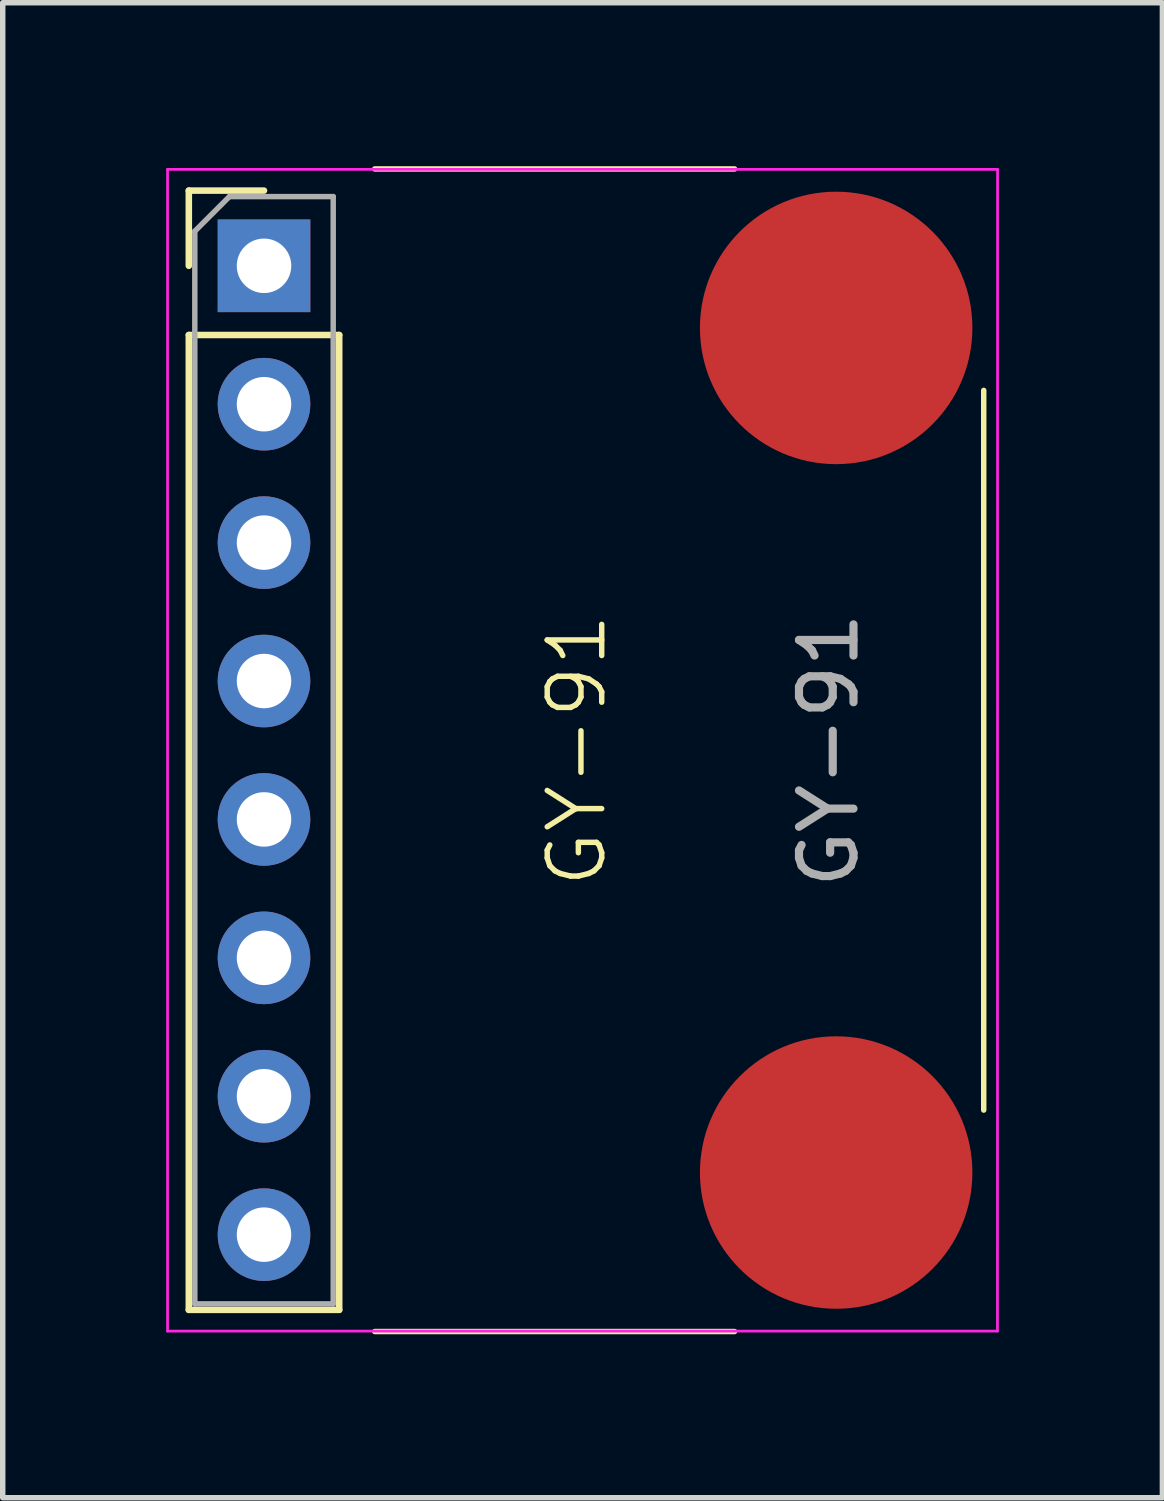
<source format=kicad_pcb>
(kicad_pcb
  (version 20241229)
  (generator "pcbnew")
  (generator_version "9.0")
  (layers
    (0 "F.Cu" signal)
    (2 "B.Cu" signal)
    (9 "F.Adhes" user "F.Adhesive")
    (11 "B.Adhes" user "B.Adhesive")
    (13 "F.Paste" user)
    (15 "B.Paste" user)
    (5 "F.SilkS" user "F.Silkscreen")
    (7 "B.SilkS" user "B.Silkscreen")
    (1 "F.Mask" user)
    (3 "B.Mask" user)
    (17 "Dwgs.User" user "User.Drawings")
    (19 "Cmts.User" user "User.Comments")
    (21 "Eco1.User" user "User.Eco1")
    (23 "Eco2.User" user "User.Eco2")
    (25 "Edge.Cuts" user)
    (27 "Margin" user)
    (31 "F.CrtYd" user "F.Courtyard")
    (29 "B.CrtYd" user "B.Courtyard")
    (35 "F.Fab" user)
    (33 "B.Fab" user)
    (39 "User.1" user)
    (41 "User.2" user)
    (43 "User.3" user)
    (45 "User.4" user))
  (footprint "GY-91"
    (layer "F.Cu")
    (at 1.795 10.718)
    (property "Reference" "GY-91" (at 5.74 0 90) (unlocked yes) (layer "F.SilkS") (effects (font (size 1 1) (thickness 0.1))))
    (attr smd)
    (fp_line (start -1.38 -10.27) (end 0 -10.27) (stroke (width 0.12) (type solid)) (layer "F.SilkS"))
    (fp_line (start -1.38 -8.89) (end -1.38 -10.27) (stroke (width 0.12) (type solid)) (layer "F.SilkS"))
    (fp_line (start -1.38 -7.62) (end -1.38 10.27) (stroke (width 0.12) (type solid)) (layer "F.SilkS"))
    (fp_line (start -1.38 -7.62) (end 1.38 -7.62) (stroke (width 0.12) (type solid)) (layer "F.SilkS"))
    (fp_line (start -1.38 10.27) (end 1.38 10.27) (stroke (width 0.12) (type solid)) (layer "F.SilkS"))
    (fp_line (start 1.38 -7.62) (end 1.38 10.27) (stroke (width 0.12) (type solid)) (layer "F.SilkS"))
    (fp_line (start 2.032 10.668) (end 8.636 10.668) (stroke (width 0.1) (type default)) (layer "F.SilkS"))
    (fp_line (start 8.636 -10.668) (end 2.032 -10.668) (stroke (width 0.1) (type default)) (layer "F.SilkS"))
    (fp_line (start 13.208 6.604) (end 13.208 -6.604) (stroke (width 0.1) (type default)) (layer "F.SilkS"))
    (fp_line (start -1.77 -10.66) (end -1.77 10.66) (stroke (width 0.05) (type solid)) (layer "F.CrtYd"))
    (fp_line (start -1.77 -10.66) (end 13.46 -10.66) (stroke (width 0.05) (type solid)) (layer "F.CrtYd"))
    (fp_line (start -1.77 10.66) (end 13.46 10.66) (stroke (width 0.05) (type solid)) (layer "F.CrtYd"))
    (fp_line (start 13.46 10.66) (end 13.462 -10.66) (stroke (width 0.05) (type solid)) (layer "F.CrtYd"))
    (fp_line (start -1.27 -9.525) (end -0.635 -10.16) (stroke (width 0.1) (type solid)) (layer "F.Fab"))
    (fp_line (start -1.27 10.16) (end -1.27 -9.525) (stroke (width 0.1) (type solid)) (layer "F.Fab"))
    (fp_line (start -0.635 -10.16) (end 1.27 -10.16) (stroke (width 0.1) (type solid)) (layer "F.Fab"))
    (fp_line (start 1.27 -10.16) (end 1.27 10.16) (stroke (width 0.1) (type solid)) (layer "F.Fab"))
    (fp_line (start 1.27 10.16) (end -1.27 10.16) (stroke (width 0.1) (type solid)) (layer "F.Fab"))
    (fp_text user "${REFERENCE}" (at 10.363 0 90) (unlocked yes) (layer "F.Fab") (effects (font (size 1 1) (thickness 0.15))))
    (pad "1" thru_hole rect (at 0 -8.89) (size 1.7 1.7) (drill 1) (layers "*.Cu" "*.Mask"))
    (pad "2" thru_hole circle (at 0 -6.35) (size 1.7 1.7) (drill 1) (layers "*.Cu" "*.Mask"))
    (pad "3" thru_hole circle (at 0 -3.81) (size 1.7 1.7) (drill 1) (layers "*.Cu" "*.Mask"))
    (pad "3" smd circle (at 10.5 -7.75) (size 5 5) (layers "F.Cu" "F.Mask" "F.Paste"))
    (pad "3" smd circle (at 10.5 7.75) (size 5 5) (layers "F.Cu" "F.Mask" "F.Paste"))
    (pad "4" thru_hole circle (at 0 -1.27) (size 1.7 1.7) (drill 1) (layers "*.Cu" "*.Mask"))
    (pad "5" thru_hole circle (at 0 1.27) (size 1.7 1.7) (drill 1) (layers "*.Cu" "*.Mask"))
    (pad "6" thru_hole circle (at 0 3.81) (size 1.7 1.7) (drill 1) (layers "*.Cu" "*.Mask"))
    (pad "7" thru_hole circle (at 0 6.35) (size 1.7 1.7) (drill 1) (layers "*.Cu" "*.Mask"))
    (pad "8" thru_hole circle (at 0 8.89) (size 1.7 1.7) (drill 1) (layers "*.Cu" "*.Mask")))
  (gr_rect
    (start -3 -3)
    (end 18.282 24.436)
    (stroke (width 0.1) (type default))
    (fill no)
    (layer "Edge.Cuts")))
</source>
